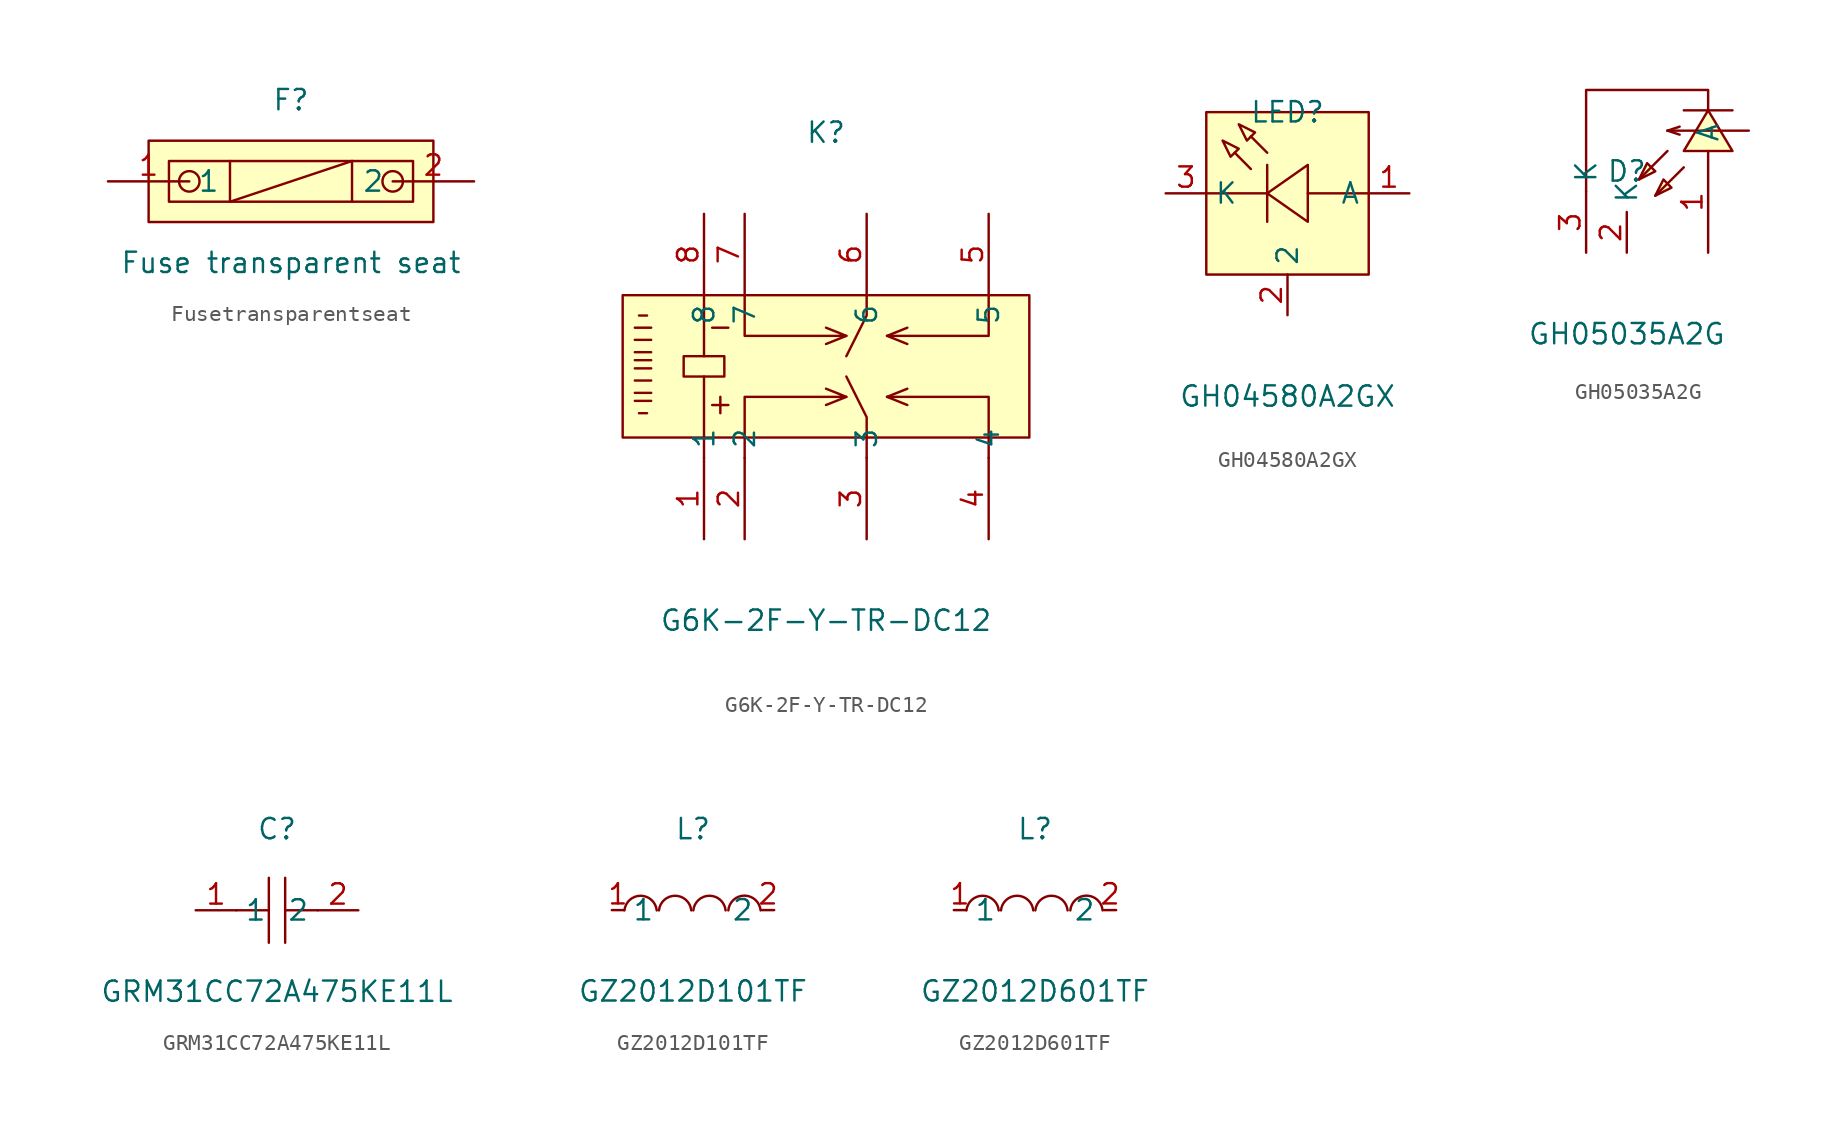
<source format=kicad_sym>
(kicad_symbol_lib
  (version 20231120)
  (generator "kicad_symbol_editor")
  (generator_version "8.0")
  (symbol "Fusetransparentseat"
    (property "Reference" "F"
      (at 0 5.08 0)
      (effects (font (size 1.27 1.27))))
    (property "Value" "Fuse transparent seat"
      (at 0 -5.08 0)
      (effects (font (size 1.27 1.27))))
    (symbol "Fusetransparentseat_0_1"
      (rectangle (start -8.89 2.54) (end 8.89 -2.54) (stroke (width 0) (type default)) (fill (type background)))
      (rectangle (start -7.62 1.27) (end 7.62 -1.27) (stroke (width 0) (type default)) (fill (type background)))
      (circle (center -6.35 0) (radius 0.64) (stroke (width 0) (type default)) (fill (type none)))
      (polyline (pts (xy -3.81 1.27) (xy -3.81 -1.27)) (stroke (width 0) (type default)) (fill (type none)))
      (polyline (pts (xy 3.81 1.27) (xy -3.81 -1.27)) (stroke (width 0) (type default)) (fill (type none)))
      (polyline (pts (xy 3.81 1.27) (xy 3.81 -1.27)) (stroke (width 0) (type default)) (fill (type none)))
      (circle (center 6.35 0) (radius 0.64) (stroke (width 0) (type default)) (fill (type none)))
      (pin unspecified line (at -11.43 0 0) (length 5.08) (name "1" (effects (font (size 1.27 1.27)))) (number "1" (effects (font (size 1.27 1.27)))))
      (pin unspecified line (at 11.43 0 180) (length 5.08) (name "2" (effects (font (size 1.27 1.27)))) (number "2" (effects (font (size 1.27 1.27)))))))
  (symbol "G6K-2F-Y-TR-DC12"
    (property "Reference" "K"
      (at 0 15.24 0)
      (effects (font (size 1.27 1.27))))
    (property "Value" "G6K-2F-Y-TR-DC12"
      (at 0 -15.24 0)
      (effects (font (size 1.27 1.27))))
    (symbol "G6K-2F-Y-TR-DC12_0_1"
      (rectangle (start -12.7 5.08) (end 12.7 -3.81) (stroke (width 0) (type default)) (fill (type background)))
      (rectangle (start -8.89 1.27) (end -6.35 0) (stroke (width 0) (type default)) (fill (type background)))
      (polyline (pts (xy -11.94 -1.52) (xy -10.92 -1.52)) (stroke (width 0) (type default)) (fill (type none)))
      (polyline (pts (xy -11.94 -1.02) (xy -10.92 -1.02)) (stroke (width 0) (type default)) (fill (type none)))
      (polyline (pts (xy -11.94 -0.25) (xy -10.92 -0.25)) (stroke (width 0) (type default)) (fill (type none)))
      (polyline (pts (xy -11.94 0.51) (xy -10.92 0.51)) (stroke (width 0) (type default)) (fill (type none)))
      (polyline (pts (xy -11.94 1.02) (xy -10.92 1.02)) (stroke (width 0) (type default)) (fill (type none)))
      (polyline (pts (xy -11.94 1.52) (xy -10.92 1.52)) (stroke (width 0) (type default)) (fill (type none)))
      (polyline (pts (xy -11.94 2.29) (xy -10.92 2.29)) (stroke (width 0) (type default)) (fill (type none)))
      (polyline (pts (xy -11.94 3.05) (xy -10.92 3.05)) (stroke (width 0) (type default)) (fill (type none)))
      (polyline (pts (xy -11.68 -2.29) (xy -11.18 -2.29)) (stroke (width 0) (type default)) (fill (type none)))
      (polyline (pts (xy -11.68 3.81) (xy -11.18 3.81)) (stroke (width 0) (type default)) (fill (type none)))
      (polyline (pts (xy -7.62 0) (xy -7.62 -5.08)) (stroke (width 0) (type default)) (fill (type none)))
      (polyline (pts (xy -7.62 5.08) (xy -7.62 1.27)) (stroke (width 0) (type default)) (fill (type none)))
      (polyline (pts (xy -7.11 -1.78) (xy -6.1 -1.78)) (stroke (width 0) (type default)) (fill (type none)))
      (polyline (pts (xy -7.11 3.05) (xy -6.1 3.05)) (stroke (width 0) (type default)) (fill (type none)))
      (polyline (pts (xy -6.6 -2.29) (xy -6.6 -1.27)) (stroke (width 0) (type default)) (fill (type none)))
      (polyline (pts (xy 1.27 -1.27) (xy 0 -1.78)) (stroke (width 0) (type default)) (fill (type none)))
      (polyline (pts (xy 1.27 2.54) (xy 0 2.03)) (stroke (width 0) (type default)) (fill (type none)))
      (polyline (pts (xy 3.81 -1.27) (xy 5.08 -0.76)) (stroke (width 0) (type default)) (fill (type none)))
      (polyline (pts (xy 3.81 2.54) (xy 5.08 3.05)) (stroke (width 0) (type default)) (fill (type none)))
      (polyline (pts (xy 1.27 0) (xy 2.54 -2.54) (xy 2.54 -5.08)) (stroke (width 0) (type default)) (fill (type none)))
      (polyline (pts (xy 1.27 1.27) (xy 2.54 3.81) (xy 2.54 5.08)) (stroke (width 0) (type default)) (fill (type none)))
      (polyline (pts (xy -5.08 -5.08) (xy -5.08 -1.27) (xy 1.27 -1.27) (xy 0 -0.76)) (stroke (width 0) (type default)) (fill (type none)))
      (polyline (pts (xy -5.08 5.08) (xy -5.08 2.54) (xy 1.27 2.54) (xy 0 3.05)) (stroke (width 0) (type default)) (fill (type none)))
      (polyline (pts (xy 10.16 -5.08) (xy 10.16 -1.27) (xy 3.81 -1.27) (xy 5.08 -1.78)) (stroke (width 0) (type default)) (fill (type none)))
      (polyline (pts (xy 10.16 5.08) (xy 10.16 2.54) (xy 3.81 2.54) (xy 5.08 2.03)) (stroke (width 0) (type default)) (fill (type none)))
      (pin unspecified line (at -7.62 -10.16 90) (length 5.08) (name "1" (effects (font (size 1.27 1.27)))) (number "1" (effects (font (size 1.27 1.27)))))
      (pin unspecified line (at -5.08 -10.16 90) (length 5.08) (name "2" (effects (font (size 1.27 1.27)))) (number "2" (effects (font (size 1.27 1.27)))))
      (pin unspecified line (at 2.54 -10.16 90) (length 5.08) (name "3" (effects (font (size 1.27 1.27)))) (number "3" (effects (font (size 1.27 1.27)))))
      (pin unspecified line (at 10.16 -10.16 90) (length 5.08) (name "4" (effects (font (size 1.27 1.27)))) (number "4" (effects (font (size 1.27 1.27)))))
      (pin unspecified line (at 10.16 10.16 270) (length 5.08) (name "5" (effects (font (size 1.27 1.27)))) (number "5" (effects (font (size 1.27 1.27)))))
      (pin unspecified line (at 2.54 10.16 270) (length 5.08) (name "6" (effects (font (size 1.27 1.27)))) (number "6" (effects (font (size 1.27 1.27)))))
      (pin unspecified line (at -5.08 10.16 270) (length 5.08) (name "7" (effects (font (size 1.27 1.27)))) (number "7" (effects (font (size 1.27 1.27)))))
      (pin unspecified line (at -7.62 10.16 270) (length 5.08) (name "8" (effects (font (size 1.27 1.27)))) (number "8" (effects (font (size 1.27 1.27)))))))
  (symbol "GH04580A2GX"
    (property "Reference" "LED"
      (at 0 5.08 0)
      (effects (font (size 1.27 1.27))))
    (property "Value" "GH04580A2GX"
      (at 0 -12.7 0)
      (effects (font (size 1.27 1.27))))
    (symbol "GH04580A2GX_0_1"
      (rectangle (start -5.08 5.08) (end 5.08 -5.08) (stroke (width 0) (type default)) (fill (type background)))
      (polyline (pts (xy -1.27 0) (xy -5.08 0)) (stroke (width 0) (type default)) (fill (type none)))
      (polyline (pts (xy -1.27 1.78) (xy -1.27 -1.78)) (stroke (width 0) (type default)) (fill (type none)))
      (polyline (pts (xy 5.08 0) (xy 1.27 0)) (stroke (width 0) (type default)) (fill (type none)))
      (polyline (pts (xy -2.29 1.52) (xy -3.3 2.54) (xy -2.29 1.52)) (stroke (width 0) (type default)) (fill (type background)))
      (polyline (pts (xy -1.27 2.54) (xy -2.29 3.56) (xy -1.27 2.54)) (stroke (width 0) (type default)) (fill (type background)))
      (polyline (pts (xy -4.06 3.3) (xy -3.05 2.79) (xy -3.56 2.29) (xy -4.06 3.3)) (stroke (width 0) (type default)) (fill (type background)))
      (polyline (pts (xy -3.05 4.32) (xy -2.03 3.81) (xy -2.54 3.3) (xy -3.05 4.32)) (stroke (width 0) (type default)) (fill (type background)))
      (polyline (pts (xy 1.27 1.78) (xy -1.27 0) (xy 1.27 -1.78) (xy 1.27 1.78)) (stroke (width 0) (type default)) (fill (type background)))
      (pin unspecified line (at 7.62 0 180) (length 2.54) (name "A" (effects (font (size 1.27 1.27)))) (number "1" (effects (font (size 1.27 1.27)))))
      (pin unspecified line (at 0 -7.62 90) (length 2.54) (name "2" (effects (font (size 1.27 1.27)))) (number "2" (effects (font (size 1.27 1.27)))))
      (pin unspecified line (at -7.62 0 0) (length 2.54) (name "K" (effects (font (size 1.27 1.27)))) (number "3" (effects (font (size 1.27 1.27)))))))
  (symbol "GH05035A2G"
    (property "Reference" "D"
      (at 0 -5.08 0)
      (effects (font (size 1.27 1.27))))
    (property "Value" "GH05035A2G"
      (at 0 -15.24 0)
      (effects (font (size 1.27 1.27))))
    (symbol "GH05035A2G_0_1"
      (polyline (pts (xy 2.54 -3.81) (xy 0.76 -5.59)) (stroke (width 0) (type default)) (fill (type none)))
      (polyline (pts (xy 2.54 -2.54) (xy 3.3 -2.79)) (stroke (width 0) (type default)) (fill (type none)))
      (polyline (pts (xy 2.54 -2.54) (xy 3.3 -2.29)) (stroke (width 0) (type default)) (fill (type none)))
      (polyline (pts (xy 3.56 -4.83) (xy 1.78 -6.6)) (stroke (width 0) (type default)) (fill (type none)))
      (polyline (pts (xy 3.56 -1.27) (xy 6.6 -1.27)) (stroke (width 0) (type default)) (fill (type none)))
      (polyline (pts (xy 7.62 -2.54) (xy 2.54 -2.54)) (stroke (width 0) (type default)) (fill (type none)))
      (polyline (pts (xy 0.76 -5.59) (xy 1.78 -5.08) (xy 1.27 -4.57) (xy 0.76 -5.59)) (stroke (width 0) (type default)) (fill (type background)))
      (polyline (pts (xy 1.78 -6.6) (xy 2.79 -6.1) (xy 2.29 -5.59) (xy 1.78 -6.6)) (stroke (width 0) (type default)) (fill (type background)))
      (polyline (pts (xy 5.08 -1.27) (xy 5.08 0) (xy -2.54 0) (xy -2.54 -6.35)) (stroke (width 0) (type default)) (fill (type none)))
      (polyline (pts (xy 6.6 -3.81) (xy 5.08 -1.27) (xy 3.56 -3.81) (xy 6.6 -3.81)) (stroke (width 0) (type default)) (fill (type background)))
      (pin input line (at 5.08 -10.16 90) (length 6.35) (name "A" (effects (font (size 1.27 1.27)))) (number "1" (effects (font (size 1.27 1.27)))))
      (pin input line (at 0 -10.16 90) (length 2.54) (name "K" (effects (font (size 1.27 1.27)))) (number "2" (effects (font (size 1.27 1.27)))))
      (pin input line (at -2.54 -10.16 90) (length 3.81) (name "K" (effects (font (size 1.27 1.27)))) (number "3" (effects (font (size 1.27 1.27)))))))
  (symbol "GRM31CC72A475KE11L"
    (property "Reference" "C"
      (at 0 5.08 0)
      (effects (font (size 1.27 1.27))))
    (property "Value" "GRM31CC72A475KE11L"
      (at 0 -5.08 0)
      (effects (font (size 1.27 1.27))))
    (symbol "GRM31CC72A475KE11L_0_1"
      (polyline (pts (xy -0.51 -2.03) (xy -0.51 2.03)) (stroke (width 0) (type default)) (fill (type none)))
      (polyline (pts (xy -0.51 0) (xy -2.54 0)) (stroke (width 0) (type default)) (fill (type none)))
      (polyline (pts (xy 0.51 2.03) (xy 0.51 -2.03)) (stroke (width 0) (type default)) (fill (type none)))
      (polyline (pts (xy 2.54 0) (xy 0.51 0)) (stroke (width 0) (type default)) (fill (type none)))
      (pin unspecified line (at -5.08 0 0) (length 2.54) (name "1" (effects (font (size 1.27 1.27)))) (number "1" (effects (font (size 1.27 1.27)))))
      (pin unspecified line (at 5.08 0 180) (length 2.54) (name "2" (effects (font (size 1.27 1.27)))) (number "2" (effects (font (size 1.27 1.27)))))))
  (symbol "GZ2012D101TF"
    (property "Reference" "L"
      (at 0 5.08 0)
      (effects (font (size 1.27 1.27))))
    (property "Value" "GZ2012D101TF"
      (at 0 -5.08 0)
      (effects (font (size 1.27 1.27))))
    (symbol "GZ2012D101TF_0_1"
      (arc (start -2.27 -0.02) (mid -3.28 0.897) (end -4.29 -0.02) (stroke (width 0) (type default)) (fill (type none)))
      (arc (start -0.11 -0.02) (mid -1.12 0.897) (end -2.13 -0.02) (stroke (width 0) (type default)) (fill (type none)))
      (arc (start 2.04 -0.02) (mid 1.03 0.897) (end 0.02 -0.02) (stroke (width 0) (type default)) (fill (type none)))
      (arc (start 4.23 -0.02) (mid 3.22 0.9048) (end 2.21 -0.02) (stroke (width 0) (type default)) (fill (type none)))
      (pin unspecified line (at -5.08 0 0) (length 0.762) (name "1" (effects (font (size 1.27 1.27)))) (number "1" (effects (font (size 1.27 1.27)))))
      (pin unspecified line (at 5.08 0 180) (length 0.762) (name "2" (effects (font (size 1.27 1.27)))) (number "2" (effects (font (size 1.27 1.27)))))))
  (symbol "GZ2012D601TF"
    (property "Reference" "L"
      (at 0 5.08 0)
      (effects (font (size 1.27 1.27))))
    (property "Value" "GZ2012D601TF"
      (at 0 -5.08 0)
      (effects (font (size 1.27 1.27))))
    (symbol "GZ2012D601TF_0_1"
      (arc (start -2.27 -0.02) (mid -3.28 0.897) (end -4.29 -0.02) (stroke (width 0) (type default)) (fill (type none)))
      (arc (start -0.11 -0.02) (mid -1.12 0.897) (end -2.13 -0.02) (stroke (width 0) (type default)) (fill (type none)))
      (arc (start 2.04 -0.02) (mid 1.03 0.897) (end 0.02 -0.02) (stroke (width 0) (type default)) (fill (type none)))
      (arc (start 4.23 -0.02) (mid 3.22 0.9048) (end 2.21 -0.02) (stroke (width 0) (type default)) (fill (type none)))
      (pin unspecified line (at -5.08 0 0) (length 0.762) (name "1" (effects (font (size 1.27 1.27)))) (number "1" (effects (font (size 1.27 1.27)))))
      (pin unspecified line (at 5.08 0 180) (length 0.762) (name "2" (effects (font (size 1.27 1.27)))) (number "2" (effects (font (size 1.27 1.27))))))))
</source>
